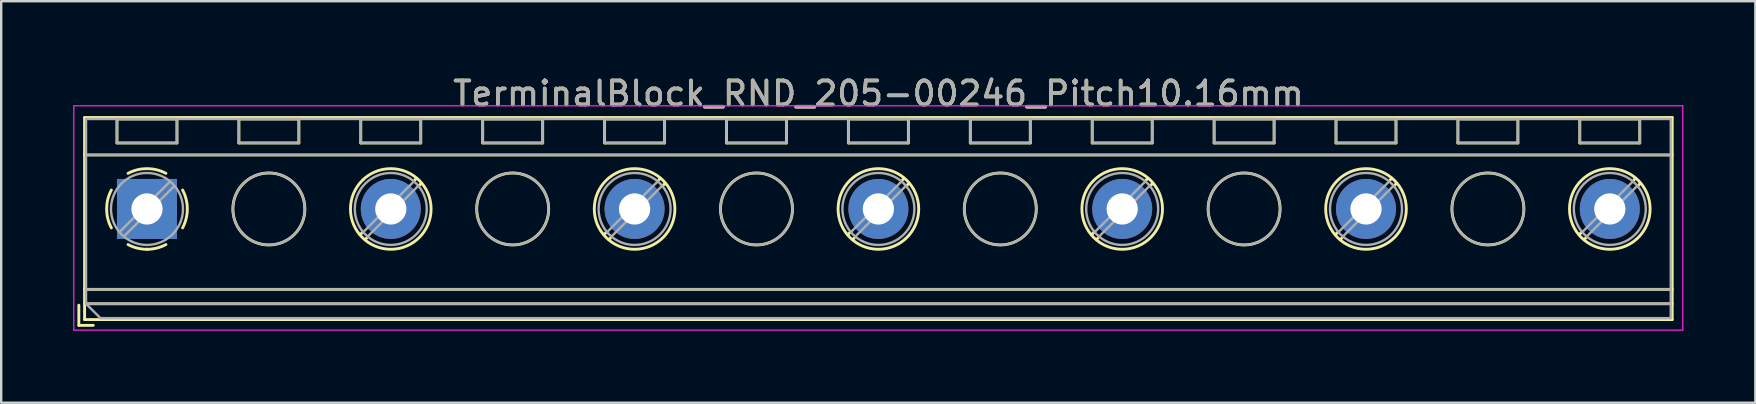
<source format=kicad_pcb>
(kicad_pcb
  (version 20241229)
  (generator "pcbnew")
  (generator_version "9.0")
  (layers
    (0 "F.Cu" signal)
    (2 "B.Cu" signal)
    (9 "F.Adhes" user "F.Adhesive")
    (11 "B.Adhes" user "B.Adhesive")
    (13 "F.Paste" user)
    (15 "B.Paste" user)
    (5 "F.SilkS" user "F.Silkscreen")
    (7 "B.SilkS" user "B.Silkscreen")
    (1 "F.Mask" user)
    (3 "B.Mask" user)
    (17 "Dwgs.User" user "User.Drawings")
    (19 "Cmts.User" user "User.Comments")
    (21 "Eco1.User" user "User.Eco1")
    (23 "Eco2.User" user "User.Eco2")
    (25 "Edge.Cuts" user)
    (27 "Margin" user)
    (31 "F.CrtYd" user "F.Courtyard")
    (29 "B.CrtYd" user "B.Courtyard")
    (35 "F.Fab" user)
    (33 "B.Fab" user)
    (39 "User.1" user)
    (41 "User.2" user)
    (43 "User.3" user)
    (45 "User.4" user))
  (footprint "TerminalBlock_RND_205-00246_Pitch10.16mm"
    (layer "F.Cu")
    (at 3.075 5.658)
    (property "Reference" "TerminalBlock_RND_205-00246_Pitch10.16mm" (at 30.48 -4.81 0) (layer "F.SilkS") (effects (font (size 1 1) (thickness 0.15))))
    (attr through_hole)
    (fp_line (start -2.84 4.01) (end -2.84 4.85) (stroke (width 0.12) (type solid)) (layer "F.SilkS"))
    (fp_line (start -2.84 4.85) (end -2.24 4.85) (stroke (width 0.12) (type solid)) (layer "F.SilkS"))
    (fp_line (start -2.6 -3.81) (end -2.6 4.61) (stroke (width 0.12) (type solid)) (layer "F.SilkS"))
    (fp_line (start -2.6 -2.25) (end 63.56 -2.25) (stroke (width 0.12) (type solid)) (layer "F.SilkS"))
    (fp_line (start -2.6 3.35) (end 63.56 3.35) (stroke (width 0.12) (type solid)) (layer "F.SilkS"))
    (fp_line (start -2.6 3.95) (end 63.56 3.95) (stroke (width 0.12) (type solid)) (layer "F.SilkS"))
    (fp_line (start -2.6 4.61) (end 63.56 4.61) (stroke (width 0.12) (type solid)) (layer "F.SilkS"))
    (fp_line (start -1.25 -3.751) (end -1.25 -2.751) (stroke (width 0.12) (type solid)) (layer "F.SilkS"))
    (fp_line (start -1.25 -3.751) (end 1.25 -3.751) (stroke (width 0.12) (type solid)) (layer "F.SilkS"))
    (fp_line (start -1.25 -2.751) (end 1.25 -2.751) (stroke (width 0.12) (type solid)) (layer "F.SilkS"))
    (fp_line (start 1.25 -3.751) (end 1.25 -2.751) (stroke (width 0.12) (type solid)) (layer "F.SilkS"))
    (fp_line (start 3.83 -3.751) (end 3.83 -2.751) (stroke (width 0.12) (type solid)) (layer "F.SilkS"))
    (fp_line (start 3.83 -3.751) (end 6.33 -3.751) (stroke (width 0.12) (type solid)) (layer "F.SilkS"))
    (fp_line (start 3.83 -2.751) (end 6.33 -2.751) (stroke (width 0.12) (type solid)) (layer "F.SilkS"))
    (fp_line (start 6.33 -3.751) (end 6.33 -2.751) (stroke (width 0.12) (type solid)) (layer "F.SilkS"))
    (fp_line (start 8.91 -3.751) (end 8.91 -2.751) (stroke (width 0.12) (type solid)) (layer "F.SilkS"))
    (fp_line (start 8.91 -3.751) (end 11.41 -3.751) (stroke (width 0.12) (type solid)) (layer "F.SilkS"))
    (fp_line (start 8.91 -2.751) (end 11.41 -2.751) (stroke (width 0.12) (type solid)) (layer "F.SilkS"))
    (fp_line (start 8.98 0.976) (end 8.886 1.069) (stroke (width 0.12) (type solid)) (layer "F.SilkS"))
    (fp_line (start 9.15 1.216) (end 9.091 1.274) (stroke (width 0.12) (type solid)) (layer "F.SilkS"))
    (fp_line (start 11.23 -1.275) (end 11.171 -1.216) (stroke (width 0.12) (type solid)) (layer "F.SilkS"))
    (fp_line (start 11.41 -3.751) (end 11.41 -2.751) (stroke (width 0.12) (type solid)) (layer "F.SilkS"))
    (fp_line (start 11.435 -1.069) (end 11.341 -0.976) (stroke (width 0.12) (type solid)) (layer "F.SilkS"))
    (fp_line (start 13.99 -3.751) (end 13.99 -2.751) (stroke (width 0.12) (type solid)) (layer "F.SilkS"))
    (fp_line (start 13.99 -3.751) (end 16.49 -3.751) (stroke (width 0.12) (type solid)) (layer "F.SilkS"))
    (fp_line (start 13.99 -2.751) (end 16.49 -2.751) (stroke (width 0.12) (type solid)) (layer "F.SilkS"))
    (fp_line (start 16.49 -3.751) (end 16.49 -2.751) (stroke (width 0.12) (type solid)) (layer "F.SilkS"))
    (fp_line (start 19.07 -3.751) (end 19.07 -2.751) (stroke (width 0.12) (type solid)) (layer "F.SilkS"))
    (fp_line (start 19.07 -3.751) (end 21.57 -3.751) (stroke (width 0.12) (type solid)) (layer "F.SilkS"))
    (fp_line (start 19.07 -2.751) (end 21.57 -2.751) (stroke (width 0.12) (type solid)) (layer "F.SilkS"))
    (fp_line (start 19.14 0.976) (end 19.046 1.069) (stroke (width 0.12) (type solid)) (layer "F.SilkS"))
    (fp_line (start 19.31 1.216) (end 19.251 1.274) (stroke (width 0.12) (type solid)) (layer "F.SilkS"))
    (fp_line (start 21.39 -1.275) (end 21.331 -1.216) (stroke (width 0.12) (type solid)) (layer "F.SilkS"))
    (fp_line (start 21.57 -3.751) (end 21.57 -2.751) (stroke (width 0.12) (type solid)) (layer "F.SilkS"))
    (fp_line (start 21.595 -1.069) (end 21.501 -0.976) (stroke (width 0.12) (type solid)) (layer "F.SilkS"))
    (fp_line (start 24.15 -3.751) (end 24.15 -2.751) (stroke (width 0.12) (type solid)) (layer "F.SilkS"))
    (fp_line (start 24.15 -3.751) (end 26.65 -3.751) (stroke (width 0.12) (type solid)) (layer "F.SilkS"))
    (fp_line (start 24.15 -2.751) (end 26.65 -2.751) (stroke (width 0.12) (type solid)) (layer "F.SilkS"))
    (fp_line (start 26.65 -3.751) (end 26.65 -2.751) (stroke (width 0.12) (type solid)) (layer "F.SilkS"))
    (fp_line (start 29.23 -3.751) (end 29.23 -2.751) (stroke (width 0.12) (type solid)) (layer "F.SilkS"))
    (fp_line (start 29.23 -3.751) (end 31.73 -3.751) (stroke (width 0.12) (type solid)) (layer "F.SilkS"))
    (fp_line (start 29.23 -2.751) (end 31.73 -2.751) (stroke (width 0.12) (type solid)) (layer "F.SilkS"))
    (fp_line (start 29.3 0.976) (end 29.206 1.069) (stroke (width 0.12) (type solid)) (layer "F.SilkS"))
    (fp_line (start 29.47 1.216) (end 29.411 1.274) (stroke (width 0.12) (type solid)) (layer "F.SilkS"))
    (fp_line (start 31.55 -1.275) (end 31.491 -1.216) (stroke (width 0.12) (type solid)) (layer "F.SilkS"))
    (fp_line (start 31.73 -3.751) (end 31.73 -2.751) (stroke (width 0.12) (type solid)) (layer "F.SilkS"))
    (fp_line (start 31.755 -1.069) (end 31.661 -0.976) (stroke (width 0.12) (type solid)) (layer "F.SilkS"))
    (fp_line (start 34.31 -3.751) (end 34.31 -2.751) (stroke (width 0.12) (type solid)) (layer "F.SilkS"))
    (fp_line (start 34.31 -3.751) (end 36.81 -3.751) (stroke (width 0.12) (type solid)) (layer "F.SilkS"))
    (fp_line (start 34.31 -2.751) (end 36.81 -2.751) (stroke (width 0.12) (type solid)) (layer "F.SilkS"))
    (fp_line (start 36.81 -3.751) (end 36.81 -2.751) (stroke (width 0.12) (type solid)) (layer "F.SilkS"))
    (fp_line (start 39.39 -3.751) (end 39.39 -2.751) (stroke (width 0.12) (type solid)) (layer "F.SilkS"))
    (fp_line (start 39.39 -3.751) (end 41.89 -3.751) (stroke (width 0.12) (type solid)) (layer "F.SilkS"))
    (fp_line (start 39.39 -2.751) (end 41.89 -2.751) (stroke (width 0.12) (type solid)) (layer "F.SilkS"))
    (fp_line (start 39.46 0.976) (end 39.366 1.069) (stroke (width 0.12) (type solid)) (layer "F.SilkS"))
    (fp_line (start 39.63 1.216) (end 39.571 1.274) (stroke (width 0.12) (type solid)) (layer "F.SilkS"))
    (fp_line (start 41.71 -1.275) (end 41.651 -1.216) (stroke (width 0.12) (type solid)) (layer "F.SilkS"))
    (fp_line (start 41.89 -3.751) (end 41.89 -2.751) (stroke (width 0.12) (type solid)) (layer "F.SilkS"))
    (fp_line (start 41.915 -1.069) (end 41.821 -0.976) (stroke (width 0.12) (type solid)) (layer "F.SilkS"))
    (fp_line (start 44.47 -3.751) (end 44.47 -2.751) (stroke (width 0.12) (type solid)) (layer "F.SilkS"))
    (fp_line (start 44.47 -3.751) (end 46.97 -3.751) (stroke (width 0.12) (type solid)) (layer "F.SilkS"))
    (fp_line (start 44.47 -2.751) (end 46.97 -2.751) (stroke (width 0.12) (type solid)) (layer "F.SilkS"))
    (fp_line (start 46.97 -3.751) (end 46.97 -2.751) (stroke (width 0.12) (type solid)) (layer "F.SilkS"))
    (fp_line (start 49.55 -3.751) (end 49.55 -2.751) (stroke (width 0.12) (type solid)) (layer "F.SilkS"))
    (fp_line (start 49.55 -3.751) (end 52.05 -3.751) (stroke (width 0.12) (type solid)) (layer "F.SilkS"))
    (fp_line (start 49.55 -2.751) (end 52.05 -2.751) (stroke (width 0.12) (type solid)) (layer "F.SilkS"))
    (fp_line (start 49.62 0.976) (end 49.526 1.069) (stroke (width 0.12) (type solid)) (layer "F.SilkS"))
    (fp_line (start 49.79 1.216) (end 49.731 1.274) (stroke (width 0.12) (type solid)) (layer "F.SilkS"))
    (fp_line (start 51.87 -1.275) (end 51.811 -1.216) (stroke (width 0.12) (type solid)) (layer "F.SilkS"))
    (fp_line (start 52.05 -3.751) (end 52.05 -2.751) (stroke (width 0.12) (type solid)) (layer "F.SilkS"))
    (fp_line (start 52.075 -1.069) (end 51.981 -0.976) (stroke (width 0.12) (type solid)) (layer "F.SilkS"))
    (fp_line (start 54.63 -3.751) (end 54.63 -2.751) (stroke (width 0.12) (type solid)) (layer "F.SilkS"))
    (fp_line (start 54.63 -3.751) (end 57.13 -3.751) (stroke (width 0.12) (type solid)) (layer "F.SilkS"))
    (fp_line (start 54.63 -2.751) (end 57.13 -2.751) (stroke (width 0.12) (type solid)) (layer "F.SilkS"))
    (fp_line (start 57.13 -3.751) (end 57.13 -2.751) (stroke (width 0.12) (type solid)) (layer "F.SilkS"))
    (fp_line (start 59.71 -3.751) (end 59.71 -2.751) (stroke (width 0.12) (type solid)) (layer "F.SilkS"))
    (fp_line (start 59.71 -3.751) (end 62.21 -3.751) (stroke (width 0.12) (type solid)) (layer "F.SilkS"))
    (fp_line (start 59.71 -2.751) (end 62.21 -2.751) (stroke (width 0.12) (type solid)) (layer "F.SilkS"))
    (fp_line (start 59.78 0.976) (end 59.686 1.069) (stroke (width 0.12) (type solid)) (layer "F.SilkS"))
    (fp_line (start 59.95 1.216) (end 59.891 1.274) (stroke (width 0.12) (type solid)) (layer "F.SilkS"))
    (fp_line (start 62.03 -1.275) (end 61.971 -1.216) (stroke (width 0.12) (type solid)) (layer "F.SilkS"))
    (fp_line (start 62.21 -3.751) (end 62.21 -2.751) (stroke (width 0.12) (type solid)) (layer "F.SilkS"))
    (fp_line (start 62.235 -1.069) (end 62.141 -0.976) (stroke (width 0.12) (type solid)) (layer "F.SilkS"))
    (fp_line (start 63.56 -3.81) (end -2.6 -3.81) (stroke (width 0.12) (type solid)) (layer "F.SilkS"))
    (fp_line (start 63.56 4.61) (end 63.56 -3.81) (stroke (width 0.12) (type solid)) (layer "F.SilkS"))
    (fp_arc (start -1.483953 0.789089) (mid -1.680708 0.00005) (end -1.484 -0.789) (stroke (width 0.12) (type solid)) (layer "F.SilkS"))
    (fp_arc (start -0.789089 -1.483953) (mid -0.00005 -1.680708) (end 0.789 -1.484) (stroke (width 0.12) (type solid)) (layer "F.SilkS"))
    (fp_arc (start 0.029383 1.68045) (mid -0.392304 1.634281) (end -0.789 1.484) (stroke (width 0.12) (type solid)) (layer "F.SilkS"))
    (fp_arc (start 0.788712 1.483352) (mid 0.406429 1.630097) (end 0 1.68) (stroke (width 0.12) (type solid)) (layer "F.SilkS"))
    (fp_arc (start 1.483953 -0.789089) (mid 1.680708 -0.00005) (end 1.484 0.789) (stroke (width 0.12) (type solid)) (layer "F.SilkS"))
    (fp_circle (center 5.08 0) (end 6.58 0) (stroke (width 0.12) (type solid)) (fill no) (layer "F.SilkS"))
    (fp_circle (center 10.16 0) (end 11.84 0) (stroke (width 0.12) (type solid)) (fill no) (layer "F.SilkS"))
    (fp_circle (center 15.24 0) (end 16.74 0) (stroke (width 0.12) (type solid)) (fill no) (layer "F.SilkS"))
    (fp_circle (center 20.32 0) (end 22 0) (stroke (width 0.12) (type solid)) (fill no) (layer "F.SilkS"))
    (fp_circle (center 25.4 0) (end 26.9 0) (stroke (width 0.12) (type solid)) (fill no) (layer "F.SilkS"))
    (fp_circle (center 30.48 0) (end 32.16 0) (stroke (width 0.12) (type solid)) (fill no) (layer "F.SilkS"))
    (fp_circle (center 35.56 0) (end 37.06 0) (stroke (width 0.12) (type solid)) (fill no) (layer "F.SilkS"))
    (fp_circle (center 40.64 0) (end 42.32 0) (stroke (width 0.12) (type solid)) (fill no) (layer "F.SilkS"))
    (fp_circle (center 45.72 0) (end 47.22 0) (stroke (width 0.12) (type solid)) (fill no) (layer "F.SilkS"))
    (fp_circle (center 50.8 0) (end 52.48 0) (stroke (width 0.12) (type solid)) (fill no) (layer "F.SilkS"))
    (fp_circle (center 55.88 0) (end 57.38 0) (stroke (width 0.12) (type solid)) (fill no) (layer "F.SilkS"))
    (fp_circle (center 60.96 0) (end 62.64 0) (stroke (width 0.12) (type solid)) (fill no) (layer "F.SilkS"))
    (fp_line (start -3.05 -4.3) (end -3.05 5.05) (stroke (width 0.05) (type solid)) (layer "F.CrtYd"))
    (fp_line (start -3.05 5.05) (end 64 5.05) (stroke (width 0.05) (type solid)) (layer "F.CrtYd"))
    (fp_line (start 64 -4.3) (end -3.05 -4.3) (stroke (width 0.05) (type solid)) (layer "F.CrtYd"))
    (fp_line (start 64 5.05) (end 64 -4.3) (stroke (width 0.05) (type solid)) (layer "F.CrtYd"))
    (fp_line (start -2.54 -3.75) (end 63.5 -3.75) (stroke (width 0.1) (type solid)) (layer "F.Fab"))
    (fp_line (start -2.54 -2.25) (end 63.5 -2.25) (stroke (width 0.1) (type solid)) (layer "F.Fab"))
    (fp_line (start -2.54 3.35) (end 63.5 3.35) (stroke (width 0.1) (type solid)) (layer "F.Fab"))
    (fp_line (start -2.54 3.95) (end -2.54 -3.75) (stroke (width 0.1) (type solid)) (layer "F.Fab"))
    (fp_line (start -2.54 3.95) (end 63.5 3.95) (stroke (width 0.1) (type solid)) (layer "F.Fab"))
    (fp_line (start -1.94 4.55) (end -2.54 3.95) (stroke (width 0.1) (type solid)) (layer "F.Fab"))
    (fp_line (start -1.25 -3.75) (end -1.25 -2.75) (stroke (width 0.1) (type solid)) (layer "F.Fab"))
    (fp_line (start -1.25 -2.75) (end 1.25 -2.75) (stroke (width 0.1) (type solid)) (layer "F.Fab"))
    (fp_line (start 0.955 -1.138) (end -1.138 0.955) (stroke (width 0.1) (type solid)) (layer "F.Fab"))
    (fp_line (start 1.138 -0.955) (end -0.955 1.138) (stroke (width 0.1) (type solid)) (layer "F.Fab"))
    (fp_line (start 1.25 -3.75) (end -1.25 -3.75) (stroke (width 0.1) (type solid)) (layer "F.Fab"))
    (fp_line (start 1.25 -2.75) (end 1.25 -3.75) (stroke (width 0.1) (type solid)) (layer "F.Fab"))
    (fp_line (start 3.83 -3.75) (end 3.83 -2.75) (stroke (width 0.1) (type solid)) (layer "F.Fab"))
    (fp_line (start 3.83 -2.75) (end 6.33 -2.75) (stroke (width 0.1) (type solid)) (layer "F.Fab"))
    (fp_line (start 6.33 -3.75) (end 3.83 -3.75) (stroke (width 0.1) (type solid)) (layer "F.Fab"))
    (fp_line (start 6.33 -2.75) (end 6.33 -3.75) (stroke (width 0.1) (type solid)) (layer "F.Fab"))
    (fp_line (start 8.91 -3.75) (end 8.91 -2.75) (stroke (width 0.1) (type solid)) (layer "F.Fab"))
    (fp_line (start 8.91 -2.75) (end 11.41 -2.75) (stroke (width 0.1) (type solid)) (layer "F.Fab"))
    (fp_line (start 11.115 -1.138) (end 9.023 0.955) (stroke (width 0.1) (type solid)) (layer "F.Fab"))
    (fp_line (start 11.298 -0.955) (end 9.206 1.138) (stroke (width 0.1) (type solid)) (layer "F.Fab"))
    (fp_line (start 11.41 -3.75) (end 8.91 -3.75) (stroke (width 0.1) (type solid)) (layer "F.Fab"))
    (fp_line (start 11.41 -2.75) (end 11.41 -3.75) (stroke (width 0.1) (type solid)) (layer "F.Fab"))
    (fp_line (start 13.99 -3.75) (end 13.99 -2.75) (stroke (width 0.1) (type solid)) (layer "F.Fab"))
    (fp_line (start 13.99 -2.75) (end 16.49 -2.75) (stroke (width 0.1) (type solid)) (layer "F.Fab"))
    (fp_line (start 16.49 -3.75) (end 13.99 -3.75) (stroke (width 0.1) (type solid)) (layer "F.Fab"))
    (fp_line (start 16.49 -2.75) (end 16.49 -3.75) (stroke (width 0.1) (type solid)) (layer "F.Fab"))
    (fp_line (start 19.07 -3.75) (end 19.07 -2.75) (stroke (width 0.1) (type solid)) (layer "F.Fab"))
    (fp_line (start 19.07 -2.75) (end 21.57 -2.75) (stroke (width 0.1) (type solid)) (layer "F.Fab"))
    (fp_line (start 21.275 -1.138) (end 19.183 0.955) (stroke (width 0.1) (type solid)) (layer "F.Fab"))
    (fp_line (start 21.458 -0.955) (end 19.366 1.138) (stroke (width 0.1) (type solid)) (layer "F.Fab"))
    (fp_line (start 21.57 -3.75) (end 19.07 -3.75) (stroke (width 0.1) (type solid)) (layer "F.Fab"))
    (fp_line (start 21.57 -2.75) (end 21.57 -3.75) (stroke (width 0.1) (type solid)) (layer "F.Fab"))
    (fp_line (start 24.15 -3.75) (end 24.15 -2.75) (stroke (width 0.1) (type solid)) (layer "F.Fab"))
    (fp_line (start 24.15 -2.75) (end 26.65 -2.75) (stroke (width 0.1) (type solid)) (layer "F.Fab"))
    (fp_line (start 26.65 -3.75) (end 24.15 -3.75) (stroke (width 0.1) (type solid)) (layer "F.Fab"))
    (fp_line (start 26.65 -2.75) (end 26.65 -3.75) (stroke (width 0.1) (type solid)) (layer "F.Fab"))
    (fp_line (start 29.23 -3.75) (end 29.23 -2.75) (stroke (width 0.1) (type solid)) (layer "F.Fab"))
    (fp_line (start 29.23 -2.75) (end 31.73 -2.75) (stroke (width 0.1) (type solid)) (layer "F.Fab"))
    (fp_line (start 31.435 -1.138) (end 29.343 0.955) (stroke (width 0.1) (type solid)) (layer "F.Fab"))
    (fp_line (start 31.618 -0.955) (end 29.526 1.138) (stroke (width 0.1) (type solid)) (layer "F.Fab"))
    (fp_line (start 31.73 -3.75) (end 29.23 -3.75) (stroke (width 0.1) (type solid)) (layer "F.Fab"))
    (fp_line (start 31.73 -2.75) (end 31.73 -3.75) (stroke (width 0.1) (type solid)) (layer "F.Fab"))
    (fp_line (start 34.31 -3.75) (end 34.31 -2.75) (stroke (width 0.1) (type solid)) (layer "F.Fab"))
    (fp_line (start 34.31 -2.75) (end 36.81 -2.75) (stroke (width 0.1) (type solid)) (layer "F.Fab"))
    (fp_line (start 36.81 -3.75) (end 34.31 -3.75) (stroke (width 0.1) (type solid)) (layer "F.Fab"))
    (fp_line (start 36.81 -2.75) (end 36.81 -3.75) (stroke (width 0.1) (type solid)) (layer "F.Fab"))
    (fp_line (start 39.39 -3.75) (end 39.39 -2.75) (stroke (width 0.1) (type solid)) (layer "F.Fab"))
    (fp_line (start 39.39 -2.75) (end 41.89 -2.75) (stroke (width 0.1) (type solid)) (layer "F.Fab"))
    (fp_line (start 41.595 -1.138) (end 39.503 0.955) (stroke (width 0.1) (type solid)) (layer "F.Fab"))
    (fp_line (start 41.778 -0.955) (end 39.686 1.138) (stroke (width 0.1) (type solid)) (layer "F.Fab"))
    (fp_line (start 41.89 -3.75) (end 39.39 -3.75) (stroke (width 0.1) (type solid)) (layer "F.Fab"))
    (fp_line (start 41.89 -2.75) (end 41.89 -3.75) (stroke (width 0.1) (type solid)) (layer "F.Fab"))
    (fp_line (start 44.47 -3.75) (end 44.47 -2.75) (stroke (width 0.1) (type solid)) (layer "F.Fab"))
    (fp_line (start 44.47 -2.75) (end 46.97 -2.75) (stroke (width 0.1) (type solid)) (layer "F.Fab"))
    (fp_line (start 46.97 -3.75) (end 44.47 -3.75) (stroke (width 0.1) (type solid)) (layer "F.Fab"))
    (fp_line (start 46.97 -2.75) (end 46.97 -3.75) (stroke (width 0.1) (type solid)) (layer "F.Fab"))
    (fp_line (start 49.55 -3.75) (end 49.55 -2.75) (stroke (width 0.1) (type solid)) (layer "F.Fab"))
    (fp_line (start 49.55 -2.75) (end 52.05 -2.75) (stroke (width 0.1) (type solid)) (layer "F.Fab"))
    (fp_line (start 51.755 -1.138) (end 49.663 0.955) (stroke (width 0.1) (type solid)) (layer "F.Fab"))
    (fp_line (start 51.938 -0.955) (end 49.846 1.138) (stroke (width 0.1) (type solid)) (layer "F.Fab"))
    (fp_line (start 52.05 -3.75) (end 49.55 -3.75) (stroke (width 0.1) (type solid)) (layer "F.Fab"))
    (fp_line (start 52.05 -2.75) (end 52.05 -3.75) (stroke (width 0.1) (type solid)) (layer "F.Fab"))
    (fp_line (start 54.63 -3.75) (end 54.63 -2.75) (stroke (width 0.1) (type solid)) (layer "F.Fab"))
    (fp_line (start 54.63 -2.75) (end 57.13 -2.75) (stroke (width 0.1) (type solid)) (layer "F.Fab"))
    (fp_line (start 57.13 -3.75) (end 54.63 -3.75) (stroke (width 0.1) (type solid)) (layer "F.Fab"))
    (fp_line (start 57.13 -2.75) (end 57.13 -3.75) (stroke (width 0.1) (type solid)) (layer "F.Fab"))
    (fp_line (start 59.71 -3.75) (end 59.71 -2.75) (stroke (width 0.1) (type solid)) (layer "F.Fab"))
    (fp_line (start 59.71 -2.75) (end 62.21 -2.75) (stroke (width 0.1) (type solid)) (layer "F.Fab"))
    (fp_line (start 61.915 -1.138) (end 59.823 0.955) (stroke (width 0.1) (type solid)) (layer "F.Fab"))
    (fp_line (start 62.098 -0.955) (end 60.006 1.138) (stroke (width 0.1) (type solid)) (layer "F.Fab"))
    (fp_line (start 62.21 -3.75) (end 59.71 -3.75) (stroke (width 0.1) (type solid)) (layer "F.Fab"))
    (fp_line (start 62.21 -2.75) (end 62.21 -3.75) (stroke (width 0.1) (type solid)) (layer "F.Fab"))
    (fp_line (start 63.5 -3.75) (end 63.5 4.55) (stroke (width 0.1) (type solid)) (layer "F.Fab"))
    (fp_line (start 63.5 4.55) (end -1.94 4.55) (stroke (width 0.1) (type solid)) (layer "F.Fab"))
    (fp_circle (center 0 0) (end 1.5 0) (stroke (width 0.1) (type solid)) (fill no) (layer "F.Fab"))
    (fp_circle (center 5.08 0) (end 6.58 0) (stroke (width 0.1) (type solid)) (fill no) (layer "F.Fab"))
    (fp_circle (center 10.16 0) (end 11.66 0) (stroke (width 0.1) (type solid)) (fill no) (layer "F.Fab"))
    (fp_circle (center 15.24 0) (end 16.74 0) (stroke (width 0.1) (type solid)) (fill no) (layer "F.Fab"))
    (fp_circle (center 20.32 0) (end 21.82 0) (stroke (width 0.1) (type solid)) (fill no) (layer "F.Fab"))
    (fp_circle (center 25.4 0) (end 26.9 0) (stroke (width 0.1) (type solid)) (fill no) (layer "F.Fab"))
    (fp_circle (center 30.48 0) (end 31.98 0) (stroke (width 0.1) (type solid)) (fill no) (layer "F.Fab"))
    (fp_circle (center 35.56 0) (end 37.06 0) (stroke (width 0.1) (type solid)) (fill no) (layer "F.Fab"))
    (fp_circle (center 40.64 0) (end 42.14 0) (stroke (width 0.1) (type solid)) (fill no) (layer "F.Fab"))
    (fp_circle (center 45.72 0) (end 47.22 0) (stroke (width 0.1) (type solid)) (fill no) (layer "F.Fab"))
    (fp_circle (center 50.8 0) (end 52.3 0) (stroke (width 0.1) (type solid)) (fill no) (layer "F.Fab"))
    (fp_circle (center 55.88 0) (end 57.38 0) (stroke (width 0.1) (type solid)) (fill no) (layer "F.Fab"))
    (fp_circle (center 60.96 0) (end 62.46 0) (stroke (width 0.1) (type solid)) (fill no) (layer "F.Fab"))
    (fp_text user "${REFERENCE}" (at 30.48 -4.81 0) (layer "F.Fab") (effects (font (size 1 1) (thickness 0.15))))
    (pad "1" thru_hole rect (at 0 0) (size 2.5 2.5) (drill 1.3) (layers "*.Cu" "*.Mask"))
    (pad "2" thru_hole circle (at 10.16 0) (size 2.5 2.5) (drill 1.3) (layers "*.Cu" "*.Mask"))
    (pad "3" thru_hole circle (at 20.32 0) (size 2.5 2.5) (drill 1.3) (layers "*.Cu" "*.Mask"))
    (pad "4" thru_hole circle (at 30.48 0) (size 2.5 2.5) (drill 1.3) (layers "*.Cu" "*.Mask"))
    (pad "5" thru_hole circle (at 40.64 0) (size 2.5 2.5) (drill 1.3) (layers "*.Cu" "*.Mask"))
    (pad "6" thru_hole circle (at 50.8 0) (size 2.5 2.5) (drill 1.3) (layers "*.Cu" "*.Mask"))
    (pad "7" thru_hole circle (at 60.96 0) (size 2.5 2.5) (drill 1.3) (layers "*.Cu" "*.Mask")))
  (gr_rect
    (start -3 -3)
    (end 70.1 13.733)
    (stroke (width 0.1) (type default))
    (fill no)
    (layer "Edge.Cuts")))
</source>
